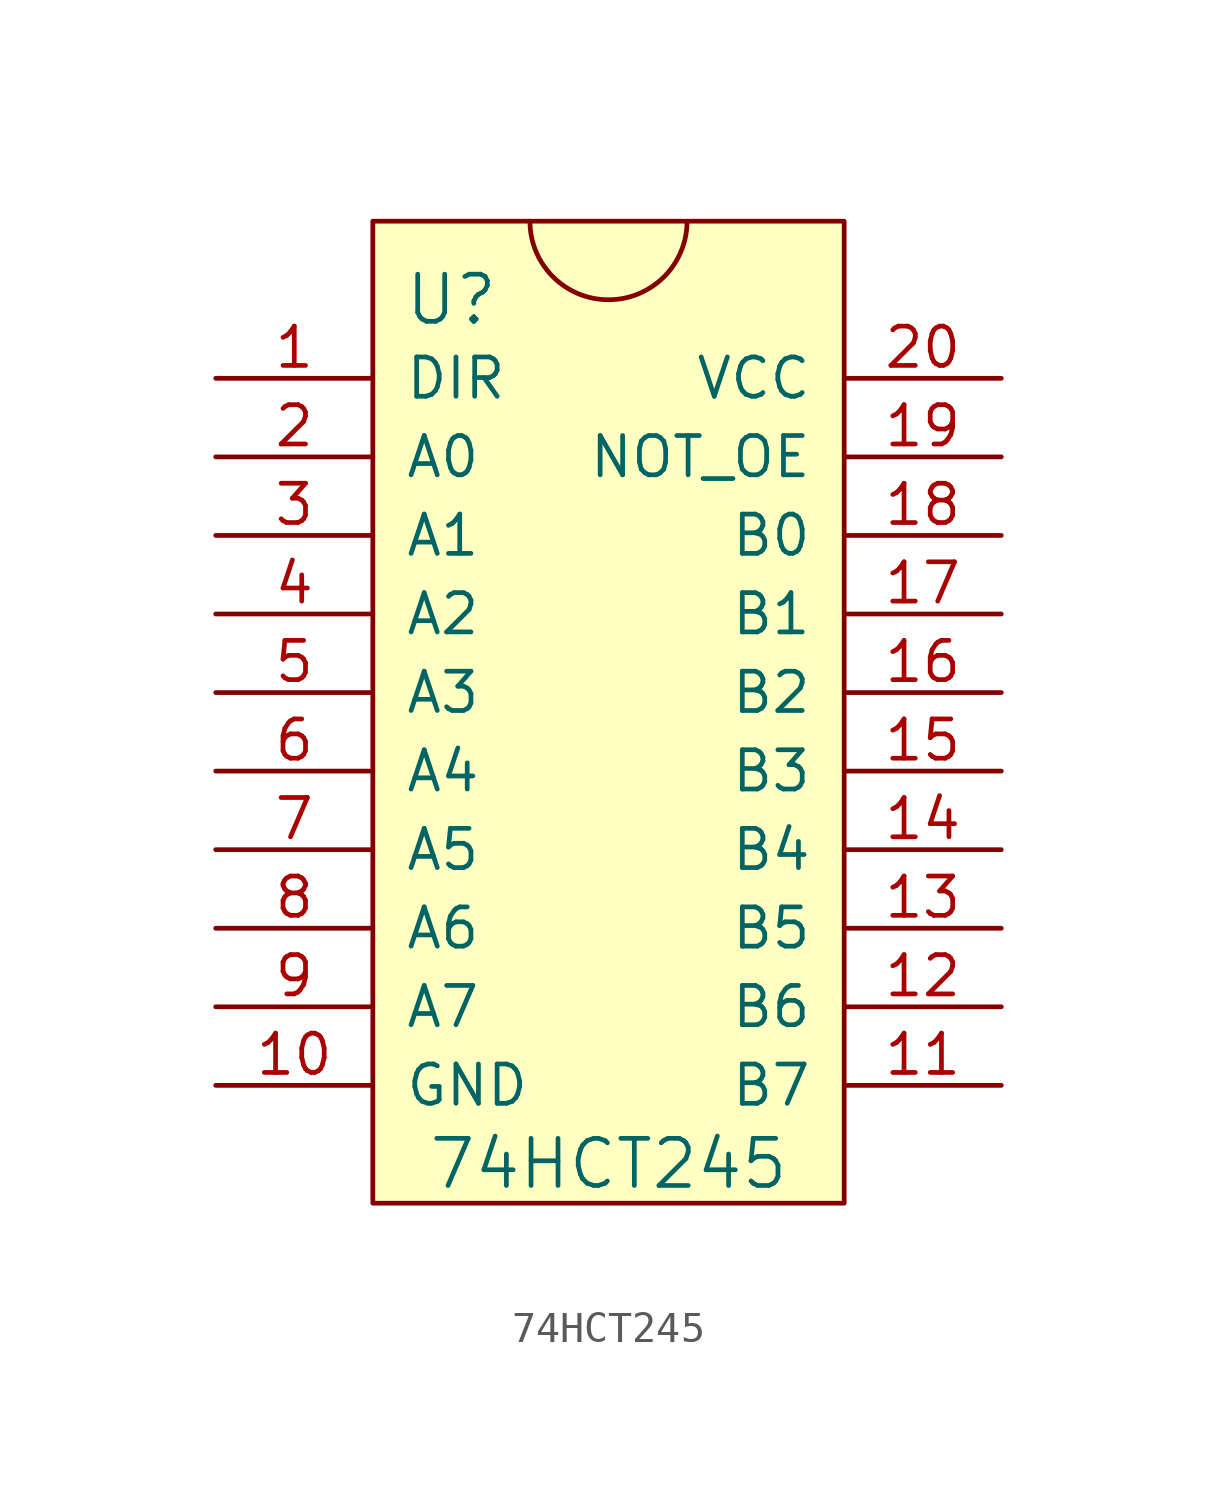
<source format=kicad_sym>
(kicad_symbol_lib
  (version 20231120)
  (generator "kicad_symbol_editor")
  (generator_version "8.0")
  (symbol "74HCT245"
    (pin_names
      (offset 1.016))
    (property "Reference" "U"
      (at -5.08 -5.08 0)
      (effects (font (size 1.524 1.524))))
    (property "Value" "74HCT245"
      (at 0 -33.02 0)
      (effects (font (size 1.524 1.524))))
    (symbol "74HCT245_0_1"
      (rectangle (start -7.62 -2.54) (end 7.62 -34.29) (stroke (width 0) (type solid)) (fill (type background)))
      (arc (start -2.54 -2.54) (mid 0 -5.08) (end 2.54 -2.54) (stroke (width 0) (type solid)) (fill (type none))))
    (symbol "74HCT245_1_1"
      (pin input line (at -12.7 -7.62 0) (length 5.08) (name "DIR" (effects (font (size 1.27 1.27)))) (number "1" (effects (font (size 1.27 1.27)))))
      (pin power_in line (at -12.7 -30.48 0) (length 5.08) (name "GND" (effects (font (size 1.27 1.27)))) (number "10" (effects (font (size 1.27 1.27)))))
      (pin bidirectional line (at 12.7 -30.48 180) (length 5.08) (name "B7" (effects (font (size 1.27 1.27)))) (number "11" (effects (font (size 1.27 1.27)))))
      (pin bidirectional line (at 12.7 -27.94 180) (length 5.08) (name "B6" (effects (font (size 1.27 1.27)))) (number "12" (effects (font (size 1.27 1.27)))))
      (pin bidirectional line (at 12.7 -25.4 180) (length 5.08) (name "B5" (effects (font (size 1.27 1.27)))) (number "13" (effects (font (size 1.27 1.27)))))
      (pin bidirectional line (at 12.7 -22.86 180) (length 5.08) (name "B4" (effects (font (size 1.27 1.27)))) (number "14" (effects (font (size 1.27 1.27)))))
      (pin bidirectional line (at 12.7 -20.32 180) (length 5.08) (name "B3" (effects (font (size 1.27 1.27)))) (number "15" (effects (font (size 1.27 1.27)))))
      (pin bidirectional line (at 12.7 -17.78 180) (length 5.08) (name "B2" (effects (font (size 1.27 1.27)))) (number "16" (effects (font (size 1.27 1.27)))))
      (pin bidirectional line (at 12.7 -15.24 180) (length 5.08) (name "B1" (effects (font (size 1.27 1.27)))) (number "17" (effects (font (size 1.27 1.27)))))
      (pin bidirectional line (at 12.7 -12.7 180) (length 5.08) (name "B0" (effects (font (size 1.27 1.27)))) (number "18" (effects (font (size 1.27 1.27)))))
      (pin input line (at 12.7 -10.16 180) (length 5.08) (name "NOT_OE" (effects (font (size 1.27 1.27)))) (number "19" (effects (font (size 1.27 1.27)))))
      (pin bidirectional line (at -12.7 -10.16 0) (length 5.08) (name "A0" (effects (font (size 1.27 1.27)))) (number "2" (effects (font (size 1.27 1.27)))))
      (pin power_in line (at 12.7 -7.62 180) (length 5.08) (name "VCC" (effects (font (size 1.27 1.27)))) (number "20" (effects (font (size 1.27 1.27)))))
      (pin bidirectional line (at -12.7 -12.7 0) (length 5.08) (name "A1" (effects (font (size 1.27 1.27)))) (number "3" (effects (font (size 1.27 1.27)))))
      (pin bidirectional line (at -12.7 -15.24 0) (length 5.08) (name "A2" (effects (font (size 1.27 1.27)))) (number "4" (effects (font (size 1.27 1.27)))))
      (pin bidirectional line (at -12.7 -17.78 0) (length 5.08) (name "A3" (effects (font (size 1.27 1.27)))) (number "5" (effects (font (size 1.27 1.27)))))
      (pin input line (at -12.7 -20.32 0) (length 5.08) (name "A4" (effects (font (size 1.27 1.27)))) (number "6" (effects (font (size 1.27 1.27)))))
      (pin bidirectional line (at -12.7 -22.86 0) (length 5.08) (name "A5" (effects (font (size 1.27 1.27)))) (number "7" (effects (font (size 1.27 1.27)))))
      (pin bidirectional line (at -12.7 -25.4 0) (length 5.08) (name "A6" (effects (font (size 1.27 1.27)))) (number "8" (effects (font (size 1.27 1.27)))))
      (pin bidirectional line (at -12.7 -27.94 0) (length 5.08) (name "A7" (effects (font (size 1.27 1.27)))) (number "9" (effects (font (size 1.27 1.27))))))))
</source>
